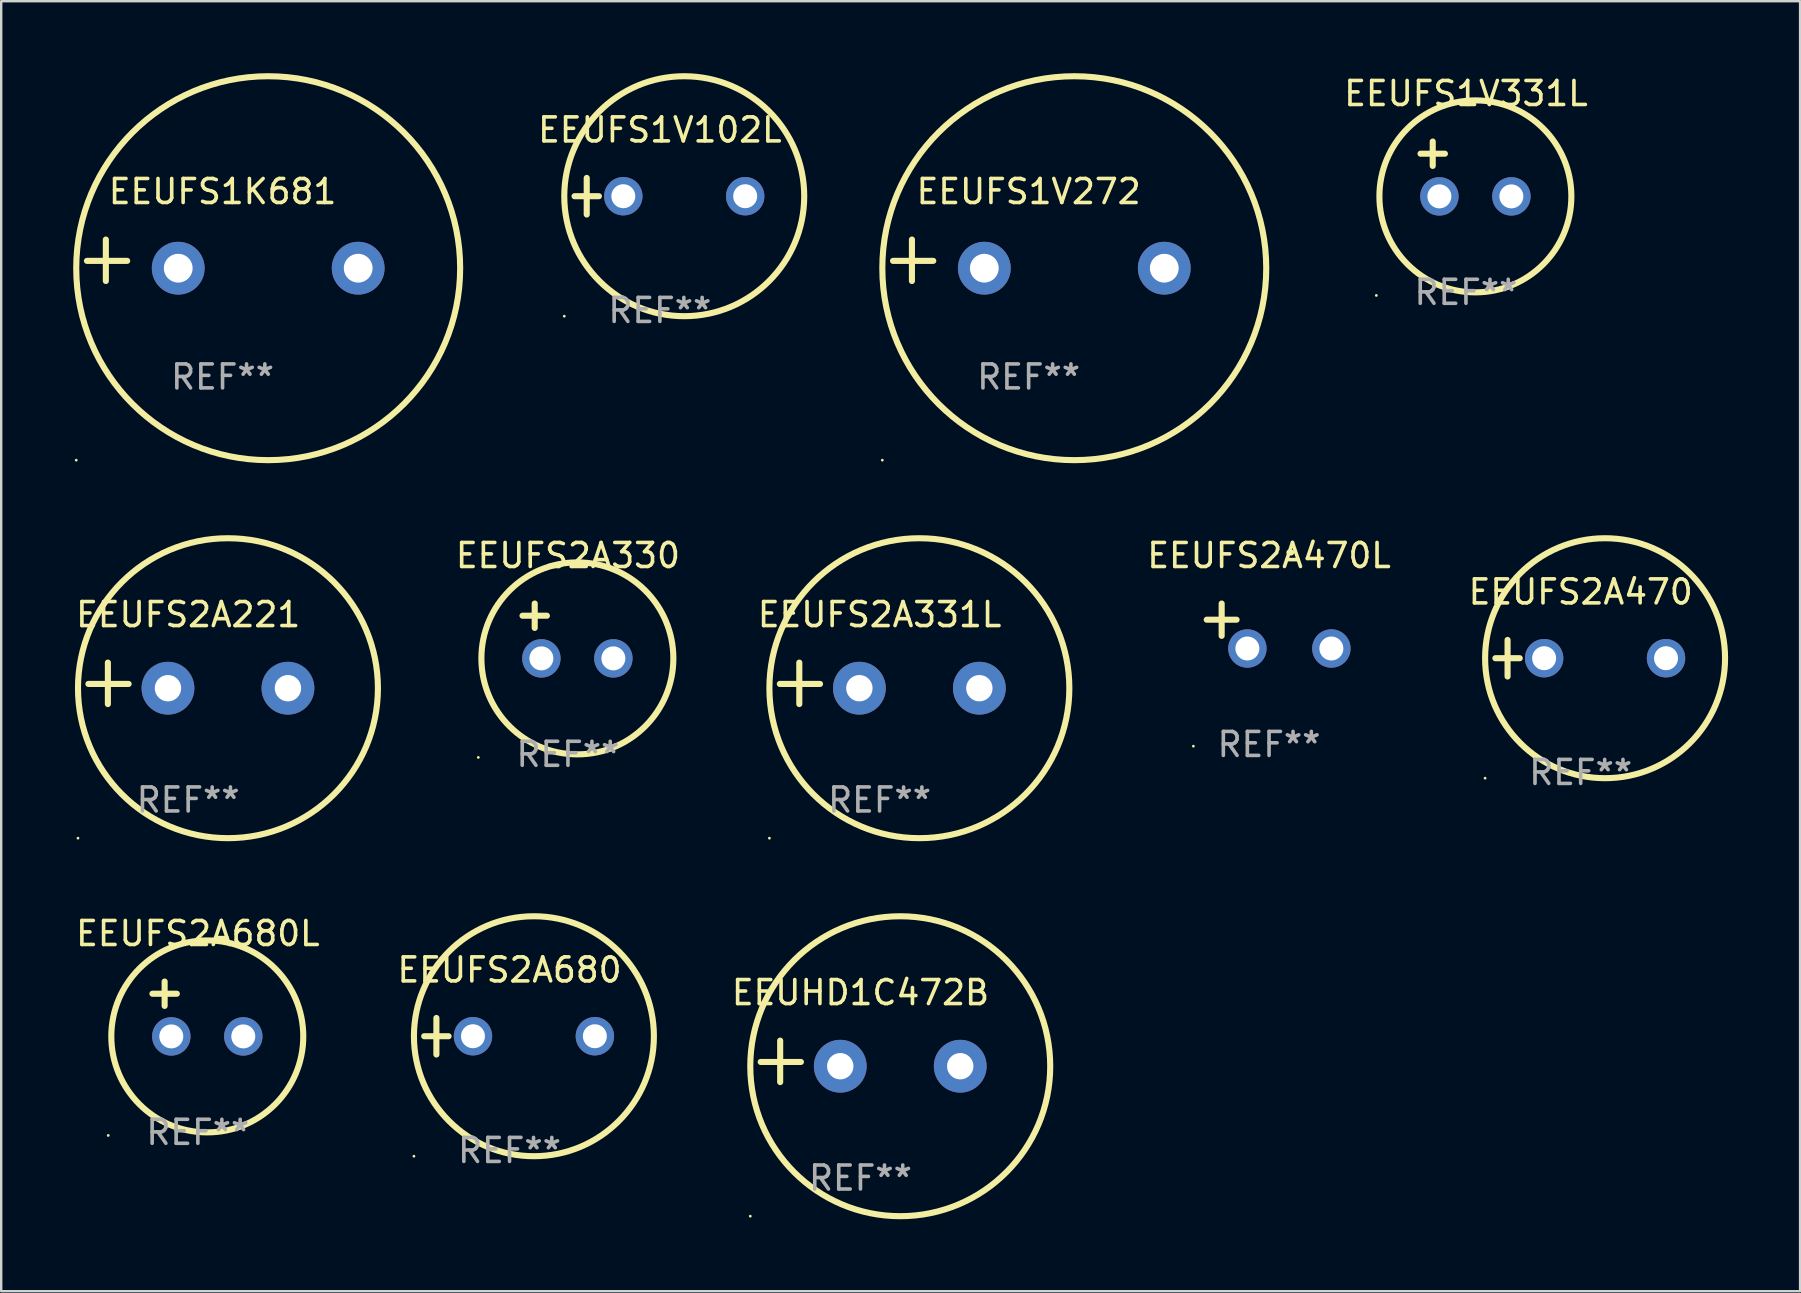
<source format=kicad_pcb>
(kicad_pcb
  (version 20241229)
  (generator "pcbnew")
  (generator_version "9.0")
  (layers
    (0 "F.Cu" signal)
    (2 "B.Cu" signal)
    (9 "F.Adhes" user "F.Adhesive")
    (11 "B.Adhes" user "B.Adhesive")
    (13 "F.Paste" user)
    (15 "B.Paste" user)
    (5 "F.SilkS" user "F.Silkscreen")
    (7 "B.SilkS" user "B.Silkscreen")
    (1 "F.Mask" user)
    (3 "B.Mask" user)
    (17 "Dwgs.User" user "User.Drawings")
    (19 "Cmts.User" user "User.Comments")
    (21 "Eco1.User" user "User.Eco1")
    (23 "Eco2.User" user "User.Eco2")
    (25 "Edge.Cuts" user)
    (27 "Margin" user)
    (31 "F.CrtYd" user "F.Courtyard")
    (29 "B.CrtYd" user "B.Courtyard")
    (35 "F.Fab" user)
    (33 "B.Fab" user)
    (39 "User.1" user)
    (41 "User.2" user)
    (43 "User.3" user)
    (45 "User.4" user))
  (footprint "EEUFS2A331L"
    (layer "F.Cu")
    (at 33.607 25.428)
    (property "Reference" "EEUFS2A331L" (at 0 -2.864 0) (layer "F.SilkS") (effects (font (size 1 1) (thickness 0.15))))
    (attr through_hole)
    (fp_line (start -3.346 0.864) (end -3.346 -0.864) (stroke (width 0.254) (type solid)) (layer "F.SilkS"))
    (fp_line (start -2.482 0.025) (end -4.158 0.025) (stroke (width 0.254) (type solid)) (layer "F.SilkS"))
    (fp_circle (center -4.592 6.453) (end -4.562 6.453) (stroke (width 0.06) (type solid)) (fill no) (layer "F.SilkS"))
    (fp_circle (center 1.658 0.203) (end 7.908 0.203) (stroke (width 0.254) (type solid)) (fill no) (layer "F.SilkS"))
    (fp_text user "REF**" (at 0 4.864 0) (layer "F.Fab") (effects (font (size 1 1) (thickness 0.15))))
    (pad "1" thru_hole circle (at -0.842 0.203) (size 2.2 2.2) (drill 1.1) (layers "*.Cu" "*.Mask"))
    (pad "2" thru_hole circle (at 4.158 0.203) (size 2.2 2.2) (drill 1.1) (layers "*.Cu" "*.Mask")))
  (footprint "EEUFS2A680"
    (layer "F.Cu")
    (at 18.185 40.135)
    (property "Reference" "EEUFS2A680" (at 0 -2.762 0) (layer "F.SilkS") (effects (font (size 1 1) (thickness 0.15))))
    (attr through_hole)
    (fp_line (start -3.556 0) (end -2.54 0) (stroke (width 0.254) (type solid)) (layer "F.SilkS"))
    (fp_line (start -3.048 -0.762) (end -3.048 0.762) (stroke (width 0.254) (type solid)) (layer "F.SilkS"))
    (fp_circle (center -3.984 5) (end -3.954 5) (stroke (width 0.06) (type solid)) (fill no) (layer "F.SilkS"))
    (fp_circle (center 1.016 0) (end 6.016 0) (stroke (width 0.254) (type solid)) (fill no) (layer "F.SilkS"))
    (fp_text user "REF**" (at 0 4.762 0) (layer "F.Fab") (effects (font (size 1 1) (thickness 0.15))))
    (pad "1" thru_hole circle (at -1.524 0) (size 1.6 1.6) (drill 1) (layers "*.Cu" "*.Mask"))
    (pad "2" thru_hole circle (at 3.556 0) (size 1.6 1.6) (drill 1) (layers "*.Cu" "*.Mask")))
  (footprint "EEUFS2A221"
    (layer "F.Cu")
    (at 4.792 25.428)
    (property "Reference" "EEUFS2A221" (at 0 -2.864 0) (layer "F.SilkS") (effects (font (size 1 1) (thickness 0.15))))
    (attr through_hole)
    (fp_line (start -3.346 0.864) (end -3.346 -0.864) (stroke (width 0.254) (type solid)) (layer "F.SilkS"))
    (fp_line (start -2.482 0.025) (end -4.158 0.025) (stroke (width 0.254) (type solid)) (layer "F.SilkS"))
    (fp_circle (center -4.592 6.453) (end -4.562 6.453) (stroke (width 0.06) (type solid)) (fill no) (layer "F.SilkS"))
    (fp_circle (center 1.658 0.203) (end 7.908 0.203) (stroke (width 0.254) (type solid)) (fill no) (layer "F.SilkS"))
    (fp_text user "REF**" (at 0 4.864 0) (layer "F.Fab") (effects (font (size 1 1) (thickness 0.15))))
    (pad "1" thru_hole circle (at -0.842 0.203) (size 2.2 2.2) (drill 1.1) (layers "*.Cu" "*.Mask"))
    (pad "2" thru_hole circle (at 4.158 0.203) (size 2.2 2.2) (drill 1.1) (layers "*.Cu" "*.Mask")))
  (footprint "EEUFS2A330"
    (layer "F.Cu")
    (at 20.619 23.245)
    (property "Reference" "EEUFS2A330" (at 0 -3.143 0) (layer "F.SilkS") (effects (font (size 1 1) (thickness 0.15))))
    (attr through_hole)
    (fp_line (start -1.893 -0.635) (end -0.877 -0.635) (stroke (width 0.254) (type solid)) (layer "F.SilkS"))
    (fp_line (start -1.385 -1.143) (end -1.385 -0.127) (stroke (width 0.254) (type solid)) (layer "F.SilkS"))
    (fp_circle (center -3.735 5.271) (end -3.705 5.271) (stroke (width 0.06) (type solid)) (fill no) (layer "F.SilkS"))
    (fp_circle (center 0.393 1.143) (end 4.393 1.143) (stroke (width 0.254) (type solid)) (fill no) (layer "F.SilkS"))
    (fp_text user "REF**" (at 0 5.143 0) (layer "F.Fab") (effects (font (size 1 1) (thickness 0.15))))
    (pad "1" thru_hole circle (at -1.107 1.143) (size 1.6 1.6) (drill 1) (layers "*.Cu" "*.Mask"))
    (pad "2" thru_hole circle (at 1.893 1.143) (size 1.6 1.6) (drill 1) (layers "*.Cu" "*.Mask")))
  (footprint "EEUFS2A470L"
    (layer "F.Cu")
    (at 49.838 23.039)
    (property "Reference" "EEUFS2A470L" (at 0 -2.937 0) (layer "F.SilkS") (effects (font (size 1 1) (thickness 0.15))))
    (attr through_hole)
    (fp_line (start -1.975 0.41) (end -1.975 -0.937) (stroke (width 0.254) (type solid)) (layer "F.SilkS"))
    (fp_line (start -1.353 -0.263) (end -2.597 -0.263) (stroke (width 0.254) (type solid)) (layer "F.SilkS"))
    (fp_arc (start 0.849809 -3.063957) (mid 0.885369 -3.064114) (end 0.920929 -3.063957) (stroke (width 0.254001) (type solid)) (layer "F.SilkS"))
    (fp_circle (center -3.154 5.008) (end -3.124 5.008) (stroke (width 0.06) (type solid)) (fill no) (layer "F.SilkS"))
    (fp_text user "REF**" (at 0 4.937 0) (layer "F.Fab") (effects (font (size 1 1) (thickness 0.15))))
    (pad "1" thru_hole circle (at -0.903 0.937) (size 1.6 1.6) (drill 1) (layers "*.Cu" "*.Mask"))
    (pad "2" thru_hole circle (at 2.597 0.937) (size 1.6 1.6) (drill 1) (layers "*.Cu" "*.Mask")))
  (footprint "EEUFS2A470"
    (layer "F.Cu")
    (at 62.826 24.381)
    (property "Reference" "EEUFS2A470" (at 0 -2.762 0) (layer "F.SilkS") (effects (font (size 1 1) (thickness 0.15))))
    (attr through_hole)
    (fp_line (start -3.556 0) (end -2.54 0) (stroke (width 0.254) (type solid)) (layer "F.SilkS"))
    (fp_line (start -3.048 -0.762) (end -3.048 0.762) (stroke (width 0.254) (type solid)) (layer "F.SilkS"))
    (fp_circle (center -3.984 5) (end -3.954 5) (stroke (width 0.06) (type solid)) (fill no) (layer "F.SilkS"))
    (fp_circle (center 1.016 0) (end 6.016 0) (stroke (width 0.254) (type solid)) (fill no) (layer "F.SilkS"))
    (fp_text user "REF**" (at 0 4.762 0) (layer "F.Fab") (effects (font (size 1 1) (thickness 0.15))))
    (pad "1" thru_hole circle (at -1.524 0) (size 1.6 1.6) (drill 1) (layers "*.Cu" "*.Mask"))
    (pad "2" thru_hole circle (at 3.556 0) (size 1.6 1.6) (drill 1) (layers "*.Cu" "*.Mask")))
  (footprint "EEUFS1V272"
    (layer "F.Cu")
    (at 39.819 7.797)
    (property "Reference" "EEUFS1V272" (at 0 -2.864 0) (layer "F.SilkS") (effects (font (size 1 1) (thickness 0.15))))
    (attr through_hole)
    (fp_line (start -4.864 0.864) (end -4.864 -0.864) (stroke (width 0.254) (type solid)) (layer "F.SilkS"))
    (fp_line (start -3.975 0.025) (end -5.652 0.025) (stroke (width 0.254) (type solid)) (layer "F.SilkS"))
    (fp_circle (center -6.098 8.33) (end -6.068 8.33) (stroke (width 0.06) (type solid)) (fill no) (layer "F.SilkS"))
    (fp_circle (center 1.902 0.33) (end 9.902 0.33) (stroke (width 0.254) (type solid)) (fill no) (layer "F.SilkS"))
    (fp_text user "REF**" (at 0 4.864 0) (layer "F.Fab") (effects (font (size 1 1) (thickness 0.15))))
    (pad "1" thru_hole circle (at -1.848 0.33) (size 2.2 2.2) (drill 1.2) (layers "*.Cu" "*.Mask"))
    (pad "2" thru_hole circle (at 5.652 0.33) (size 2.2 2.2) (drill 1.2) (layers "*.Cu" "*.Mask")))
  (footprint "EEUHD1C472B"
    (layer "F.Cu")
    (at 32.81 41.182)
    (property "Reference" "EEUHD1C472B" (at 0 -2.864 0) (layer "F.SilkS") (effects (font (size 1 1) (thickness 0.15))))
    (attr through_hole)
    (fp_line (start -3.346 0.864) (end -3.346 -0.864) (stroke (width 0.254) (type solid)) (layer "F.SilkS"))
    (fp_line (start -2.482 0.025) (end -4.158 0.025) (stroke (width 0.254) (type solid)) (layer "F.SilkS"))
    (fp_circle (center -4.592 6.453) (end -4.562 6.453) (stroke (width 0.06) (type solid)) (fill no) (layer "F.SilkS"))
    (fp_circle (center 1.658 0.203) (end 7.908 0.203) (stroke (width 0.254) (type solid)) (fill no) (layer "F.SilkS"))
    (fp_text user "REF**" (at 0 4.864 0) (layer "F.Fab") (effects (font (size 1 1) (thickness 0.15))))
    (pad "1" thru_hole circle (at -0.842 0.203) (size 2.2 2.2) (drill 1.1) (layers "*.Cu" "*.Mask"))
    (pad "2" thru_hole circle (at 4.158 0.203) (size 2.2 2.2) (drill 1.1) (layers "*.Cu" "*.Mask")))
  (footprint "EEUFS1K681"
    (layer "F.Cu")
    (at 6.225 7.797)
    (property "Reference" "EEUFS1K681" (at 0 -2.864 0) (layer "F.SilkS") (effects (font (size 1 1) (thickness 0.15))))
    (attr through_hole)
    (fp_line (start -4.864 0.864) (end -4.864 -0.864) (stroke (width 0.254) (type solid)) (layer "F.SilkS"))
    (fp_line (start -3.975 0.025) (end -5.652 0.025) (stroke (width 0.254) (type solid)) (layer "F.SilkS"))
    (fp_circle (center -6.098 8.33) (end -6.068 8.33) (stroke (width 0.06) (type solid)) (fill no) (layer "F.SilkS"))
    (fp_circle (center 1.902 0.33) (end 9.902 0.33) (stroke (width 0.254) (type solid)) (fill no) (layer "F.SilkS"))
    (fp_text user "REF**" (at 0 4.864 0) (layer "F.Fab") (effects (font (size 1 1) (thickness 0.15))))
    (pad "1" thru_hole circle (at -1.848 0.33) (size 2.2 2.2) (drill 1.2) (layers "*.Cu" "*.Mask"))
    (pad "2" thru_hole circle (at 5.652 0.33) (size 2.2 2.2) (drill 1.2) (layers "*.Cu" "*.Mask")))
  (footprint "EEUFS1V102L"
    (layer "F.Cu")
    (at 24.45 5.127)
    (property "Reference" "EEUFS1V102L" (at 0 -2.762 0) (layer "F.SilkS") (effects (font (size 1 1) (thickness 0.15))))
    (attr through_hole)
    (fp_line (start -3.556 0) (end -2.54 0) (stroke (width 0.254) (type solid)) (layer "F.SilkS"))
    (fp_line (start -3.048 -0.762) (end -3.048 0.762) (stroke (width 0.254) (type solid)) (layer "F.SilkS"))
    (fp_circle (center -3.984 5) (end -3.954 5) (stroke (width 0.06) (type solid)) (fill no) (layer "F.SilkS"))
    (fp_circle (center 1.016 0) (end 6.016 0) (stroke (width 0.254) (type solid)) (fill no) (layer "F.SilkS"))
    (fp_text user "REF**" (at 0 4.762 0) (layer "F.Fab") (effects (font (size 1 1) (thickness 0.15))))
    (pad "1" thru_hole circle (at -1.524 0) (size 1.6 1.6) (drill 1) (layers "*.Cu" "*.Mask"))
    (pad "2" thru_hole circle (at 3.556 0) (size 1.6 1.6) (drill 1) (layers "*.Cu" "*.Mask")))
  (footprint "EEUFS2A680L"
    (layer "F.Cu")
    (at 5.196 38.999)
    (property "Reference" "EEUFS2A680L" (at 0 -3.143 0) (layer "F.SilkS") (effects (font (size 1 1) (thickness 0.15))))
    (attr through_hole)
    (fp_line (start -1.893 -0.635) (end -0.877 -0.635) (stroke (width 0.254) (type solid)) (layer "F.SilkS"))
    (fp_line (start -1.385 -1.143) (end -1.385 -0.127) (stroke (width 0.254) (type solid)) (layer "F.SilkS"))
    (fp_circle (center -3.735 5.271) (end -3.705 5.271) (stroke (width 0.06) (type solid)) (fill no) (layer "F.SilkS"))
    (fp_circle (center 0.393 1.143) (end 4.393 1.143) (stroke (width 0.254) (type solid)) (fill no) (layer "F.SilkS"))
    (fp_text user "REF**" (at 0 5.143 0) (layer "F.Fab") (effects (font (size 1 1) (thickness 0.15))))
    (pad "1" thru_hole circle (at -1.107 1.143) (size 1.6 1.6) (drill 1) (layers "*.Cu" "*.Mask"))
    (pad "2" thru_hole circle (at 1.893 1.143) (size 1.6 1.6) (drill 1) (layers "*.Cu" "*.Mask")))
  (footprint "EEUFS1V331L"
    (layer "F.Cu")
    (at 58.044 3.991)
    (property "Reference" "EEUFS1V331L" (at 0 -3.143 0) (layer "F.SilkS") (effects (font (size 1 1) (thickness 0.15))))
    (attr through_hole)
    (fp_line (start -1.893 -0.635) (end -0.877 -0.635) (stroke (width 0.254) (type solid)) (layer "F.SilkS"))
    (fp_line (start -1.385 -1.143) (end -1.385 -0.127) (stroke (width 0.254) (type solid)) (layer "F.SilkS"))
    (fp_circle (center -3.735 5.271) (end -3.705 5.271) (stroke (width 0.06) (type solid)) (fill no) (layer "F.SilkS"))
    (fp_circle (center 0.393 1.143) (end 4.393 1.143) (stroke (width 0.254) (type solid)) (fill no) (layer "F.SilkS"))
    (fp_text user "REF**" (at 0 5.143 0) (layer "F.Fab") (effects (font (size 1 1) (thickness 0.15))))
    (pad "1" thru_hole circle (at -1.107 1.143) (size 1.6 1.6) (drill 1) (layers "*.Cu" "*.Mask"))
    (pad "2" thru_hole circle (at 1.893 1.143) (size 1.6 1.6) (drill 1) (layers "*.Cu" "*.Mask")))
  (gr_rect
    (start -3 -3)
    (end 71.969 50.762)
    (stroke (width 0.1) (type default))
    (fill no)
    (layer "Edge.Cuts")))
</source>
